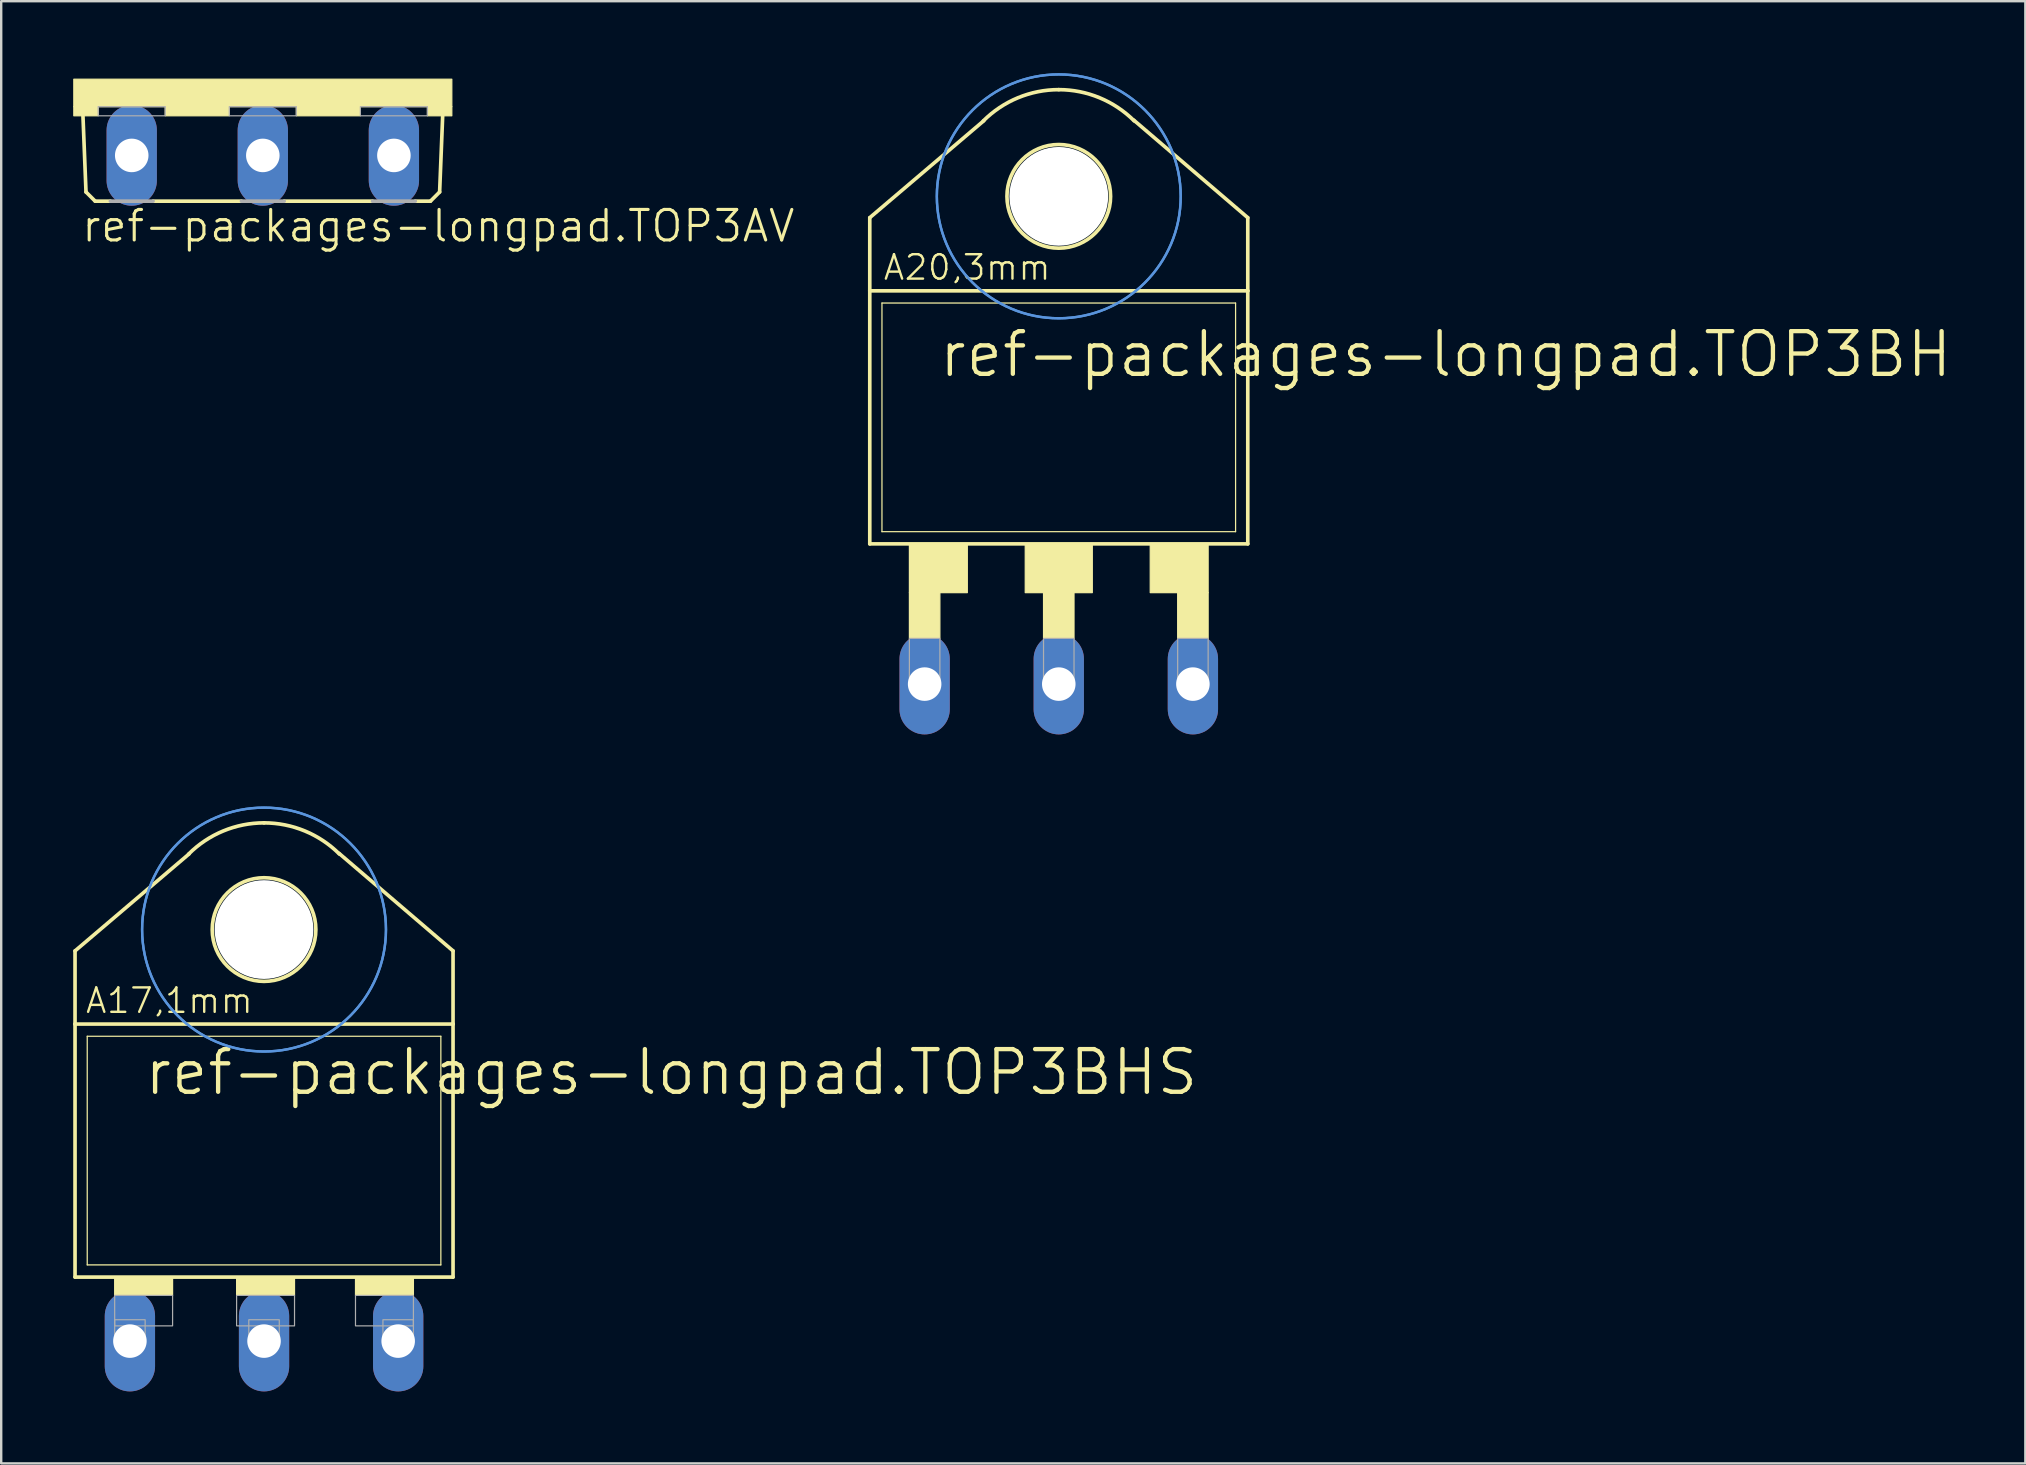
<source format=kicad_pcb>
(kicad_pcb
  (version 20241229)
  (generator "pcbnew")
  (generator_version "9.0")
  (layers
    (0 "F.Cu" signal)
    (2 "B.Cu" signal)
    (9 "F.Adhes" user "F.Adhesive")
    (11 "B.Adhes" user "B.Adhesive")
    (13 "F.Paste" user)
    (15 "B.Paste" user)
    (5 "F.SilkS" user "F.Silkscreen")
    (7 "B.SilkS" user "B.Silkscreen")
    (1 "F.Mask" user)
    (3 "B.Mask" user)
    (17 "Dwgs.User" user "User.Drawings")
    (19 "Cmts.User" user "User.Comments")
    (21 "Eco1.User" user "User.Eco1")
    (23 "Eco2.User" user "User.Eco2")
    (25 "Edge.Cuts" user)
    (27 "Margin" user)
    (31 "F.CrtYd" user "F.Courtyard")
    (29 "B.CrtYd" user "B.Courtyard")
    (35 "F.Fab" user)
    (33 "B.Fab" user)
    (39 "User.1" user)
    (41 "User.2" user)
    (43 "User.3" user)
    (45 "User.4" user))
  (footprint "ref-packages-longpad.TOP3AV"
    (layer "F.Cu")
    (at 7.899 0.25)
    (property "Reference" "ref-packages-longpad.TOP3AV" (at -7.62 6.858 0) (layer "F.SilkS") (effects (font (size 1.27 1.27) (thickness 0.13)) (justify left bottom)))
    (attr through_hole)
    (fp_line (start -7.366 4.699) (end -7.493 1.524) (stroke (width 0.152) (type default)) (layer "F.SilkS"))
    (fp_line (start -6.985 5.08) (end -7.366 4.699) (stroke (width 0.152) (type default)) (layer "F.SilkS"))
    (fp_line (start -6.35 5.08) (end -6.985 5.08) (stroke (width 0.152) (type default)) (layer "F.SilkS"))
    (fp_line (start -0.889 5.08) (end -4.572 5.08) (stroke (width 0.152) (type default)) (layer "F.SilkS"))
    (fp_line (start 4.572 5.08) (end 0.889 5.08) (stroke (width 0.152) (type default)) (layer "F.SilkS"))
    (fp_line (start 6.985 5.08) (end 6.35 5.08) (stroke (width 0.152) (type default)) (layer "F.SilkS"))
    (fp_line (start 6.985 5.08) (end 7.366 4.699) (stroke (width 0.152) (type default)) (layer "F.SilkS"))
    (fp_line (start 7.366 4.699) (end 7.493 1.524) (stroke (width 0.152) (type default)) (layer "F.SilkS"))
    (fp_rect (start -7.874 1.143) (end 7.874 0) (stroke (width 0.05) (type default)) (fill yes) (layer "F.SilkS"))
    (fp_rect (start -7.874 1.524) (end -6.858 1.143) (stroke (width 0.05) (type default)) (fill yes) (layer "F.SilkS"))
    (fp_rect (start -4.064 1.524) (end -1.397 1.143) (stroke (width 0.05) (type default)) (fill yes) (layer "F.SilkS"))
    (fp_rect (start 1.397 1.524) (end 4.064 1.143) (stroke (width 0.05) (type default)) (fill yes) (layer "F.SilkS"))
    (fp_rect (start 6.858 1.524) (end 7.874 1.143) (stroke (width 0.05) (type default)) (fill yes) (layer "F.SilkS"))
    (fp_line (start -4.572 5.08) (end -6.35 5.08) (stroke (width 0.152) (type default)) (layer "F.Fab"))
    (fp_line (start 0.889 5.08) (end -0.889 5.08) (stroke (width 0.152) (type default)) (layer "F.Fab"))
    (fp_line (start 6.35 5.08) (end 4.572 5.08) (stroke (width 0.152) (type default)) (layer "F.Fab"))
    (fp_rect (start -6.858 1.524) (end -4.064 1.143) (stroke (width 0.05) (type default)) (fill no) (layer "F.Fab"))
    (fp_rect (start -1.397 1.524) (end 1.397 1.143) (stroke (width 0.05) (type default)) (fill no) (layer "F.Fab"))
    (fp_rect (start 4.064 1.524) (end 6.858 1.143) (stroke (width 0.05) (type default)) (fill no) (layer "F.Fab"))
    (pad "B" thru_hole oval (at -5.461 3.175 90) (size 4.191 2.095) (drill 1.397) (layers "*.Cu" "*.Mask"))
    (pad "C" thru_hole oval (at 0 3.175 90) (size 4.191 2.095) (drill 1.397) (layers "*.Cu" "*.Mask"))
    (pad "E" thru_hole oval (at 5.461 3.175 90) (size 4.191 2.095) (drill 1.397) (layers "*.Cu" "*.Mask")))
  (footprint "ref-packages-longpad.TOP3BH"
    (layer "F.Cu")
    (at 41.059 17.83)
    (property "Reference" "ref-packages-longpad.TOP3BH" (at -5.08 -5.08 0) (layer "F.SilkS") (effects (font (size 1.778 1.778) (thickness 0.18)) (justify left bottom)))
    (attr through_hole)
    (fp_line (start -7.874 -11.811) (end -3.124 -15.85) (stroke (width 0.152) (type default)) (layer "F.SilkS"))
    (fp_line (start -7.874 -8.763) (end -7.874 -11.811) (stroke (width 0.152) (type default)) (layer "F.SilkS"))
    (fp_line (start -7.874 1.778) (end -7.874 -8.763) (stroke (width 0.152) (type default)) (layer "F.SilkS"))
    (fp_line (start -7.874 1.778) (end 7.874 1.778) (stroke (width 0.152) (type default)) (layer "F.SilkS"))
    (fp_line (start -7.366 1.27) (end -7.366 -8.255) (stroke (width 0.051) (type default)) (layer "F.SilkS"))
    (fp_line (start -7.366 1.27) (end 7.366 1.27) (stroke (width 0.051) (type default)) (layer "F.SilkS"))
    (fp_line (start 7.366 -8.255) (end -7.366 -8.255) (stroke (width 0.051) (type default)) (layer "F.SilkS"))
    (fp_line (start 7.366 -8.255) (end 7.366 1.27) (stroke (width 0.051) (type default)) (layer "F.SilkS"))
    (fp_line (start 7.874 -11.811) (end 3.124 -15.875) (stroke (width 0.152) (type default)) (layer "F.SilkS"))
    (fp_line (start 7.874 -8.763) (end -7.874 -8.763) (stroke (width 0.152) (type default)) (layer "F.SilkS"))
    (fp_line (start 7.874 -8.763) (end 7.874 -11.811) (stroke (width 0.152) (type default)) (layer "F.SilkS"))
    (fp_line (start 7.874 -8.763) (end 7.874 1.778) (stroke (width 0.152) (type default)) (layer "F.SilkS"))
    (fp_rect (start -6.223 3.81) (end -3.81 1.778) (stroke (width 0.05) (type default)) (fill yes) (layer "F.SilkS"))
    (fp_rect (start -6.223 5.715) (end -4.953 3.81) (stroke (width 0.05) (type default)) (fill yes) (layer "F.SilkS"))
    (fp_rect (start -1.397 3.81) (end 1.397 1.778) (stroke (width 0.05) (type default)) (fill yes) (layer "F.SilkS"))
    (fp_rect (start -0.635 5.715) (end 0.635 3.81) (stroke (width 0.05) (type default)) (fill yes) (layer "F.SilkS"))
    (fp_rect (start 3.81 3.81) (end 6.223 1.778) (stroke (width 0.05) (type default)) (fill yes) (layer "F.SilkS"))
    (fp_rect (start 4.953 5.715) (end 6.223 3.81) (stroke (width 0.05) (type default)) (fill yes) (layer "F.SilkS"))
    (fp_arc (start -3.1431 -15.8431) (mid -1.701032 -16.806651) (end 0 -17.145) (stroke (width 0.1524) (type default)) (layer "F.SilkS"))
    (fp_arc (start 0 -17.145) (mid 1.701032 -16.806651) (end 3.1431 -15.8431) (stroke (width 0.1524) (type default)) (layer "F.SilkS"))
    (fp_circle (center 0 -12.7) (end 2.159 -12.7) (stroke (width 0.152) (type default)) (fill no) (layer "F.SilkS"))
    (fp_circle (center 0 -12.7) (end 5.08 -12.7) (stroke (width 0.1) (type default)) (fill no) (layer "Cmts.User"))
    (fp_circle (center 0 -12.7) (end 5.08 -12.7) (stroke (width 0.1) (type default)) (fill no) (layer "Cmts.User"))
    (fp_rect (start -6.223 7.62) (end -4.953 5.715) (stroke (width 0.05) (type default)) (fill no) (layer "F.Fab"))
    (fp_rect (start -0.635 7.62) (end 0.635 5.715) (stroke (width 0.05) (type default)) (fill no) (layer "F.Fab"))
    (fp_rect (start 4.953 7.62) (end 6.223 5.715) (stroke (width 0.05) (type default)) (fill no) (layer "F.Fab"))
    (fp_text user "A20,3mm" (at -7.366 -9.144 0) (layer "F.SilkS") (effects (font (size 1.016 1.016) (thickness 0.1)) (justify left bottom)))
    (pad "" np_thru_hole circle (at 0 -12.7) (size 4.115 4.115) (drill 4.115) (layers "*.Cu" "*.Mask"))
    (pad "D" thru_hole oval (at 0 7.62 90) (size 4.191 2.095) (drill 1.397) (layers "*.Cu" "*.Mask"))
    (pad "G" thru_hole oval (at -5.588 7.62 90) (size 4.191 2.095) (drill 1.397) (layers "*.Cu" "*.Mask"))
    (pad "S" thru_hole oval (at 5.588 7.62 90) (size 4.191 2.095) (drill 1.397) (layers "*.Cu" "*.Mask")))
  (footprint "ref-packages-longpad.TOP3BHS"
    (layer "F.Cu")
    (at 7.95 48.376)
    (property "Reference" "ref-packages-longpad.TOP3BHS" (at -5.08 -5.715 0) (layer "F.SilkS") (effects (font (size 1.778 1.778) (thickness 0.18)) (justify left bottom)))
    (attr through_hole)
    (fp_line (start -7.874 -11.811) (end -3.124 -15.85) (stroke (width 0.152) (type default)) (layer "F.SilkS"))
    (fp_line (start -7.874 -8.763) (end -7.874 -11.811) (stroke (width 0.152) (type default)) (layer "F.SilkS"))
    (fp_line (start -7.874 1.778) (end -7.874 -8.763) (stroke (width 0.152) (type default)) (layer "F.SilkS"))
    (fp_line (start -7.874 1.778) (end 7.874 1.778) (stroke (width 0.152) (type default)) (layer "F.SilkS"))
    (fp_line (start -7.366 1.27) (end -7.366 -8.255) (stroke (width 0.051) (type default)) (layer "F.SilkS"))
    (fp_line (start -7.366 1.27) (end 7.366 1.27) (stroke (width 0.051) (type default)) (layer "F.SilkS"))
    (fp_line (start 7.366 -8.255) (end -7.366 -8.255) (stroke (width 0.051) (type default)) (layer "F.SilkS"))
    (fp_line (start 7.366 -8.255) (end 7.366 1.27) (stroke (width 0.051) (type default)) (layer "F.SilkS"))
    (fp_line (start 7.874 -11.811) (end 3.124 -15.875) (stroke (width 0.152) (type default)) (layer "F.SilkS"))
    (fp_line (start 7.874 -8.763) (end -7.874 -8.763) (stroke (width 0.152) (type default)) (layer "F.SilkS"))
    (fp_line (start 7.874 -8.763) (end 7.874 -11.811) (stroke (width 0.152) (type default)) (layer "F.SilkS"))
    (fp_line (start 7.874 -8.763) (end 7.874 1.778) (stroke (width 0.152) (type default)) (layer "F.SilkS"))
    (fp_rect (start -6.223 2.54) (end -3.81 1.778) (stroke (width 0.05) (type default)) (fill yes) (layer "F.SilkS"))
    (fp_rect (start -1.143 2.54) (end 1.27 1.778) (stroke (width 0.05) (type default)) (fill yes) (layer "F.SilkS"))
    (fp_rect (start 3.81 2.54) (end 6.223 1.778) (stroke (width 0.05) (type default)) (fill yes) (layer "F.SilkS"))
    (fp_arc (start -3.1431 -15.8431) (mid -1.701032 -16.806651) (end 0 -17.145) (stroke (width 0.1524) (type default)) (layer "F.SilkS"))
    (fp_arc (start 0 -17.145) (mid 1.701032 -16.806651) (end 3.1431 -15.8431) (stroke (width 0.1524) (type default)) (layer "F.SilkS"))
    (fp_circle (center 0 -12.7) (end 2.159 -12.7) (stroke (width 0.152) (type default)) (fill no) (layer "F.SilkS"))
    (fp_circle (center 0 -12.7) (end 5.08 -12.7) (stroke (width 0.1) (type default)) (fill no) (layer "Cmts.User"))
    (fp_circle (center 0 -12.7) (end 5.08 -12.7) (stroke (width 0.1) (type default)) (fill no) (layer "Cmts.User"))
    (fp_rect (start -6.223 3.81) (end -3.81 2.54) (stroke (width 0.05) (type default)) (fill no) (layer "F.Fab"))
    (fp_rect (start -6.223 4.445) (end -4.953 3.556) (stroke (width 0.05) (type default)) (fill no) (layer "F.Fab"))
    (fp_rect (start -1.143 3.81) (end 1.27 2.54) (stroke (width 0.05) (type default)) (fill no) (layer "F.Fab"))
    (fp_rect (start -0.635 4.445) (end 0.635 3.556) (stroke (width 0.05) (type default)) (fill no) (layer "F.Fab"))
    (fp_rect (start 3.81 3.81) (end 6.223 2.54) (stroke (width 0.05) (type default)) (fill no) (layer "F.Fab"))
    (fp_rect (start 4.953 4.445) (end 6.223 3.556) (stroke (width 0.05) (type default)) (fill no) (layer "F.Fab"))
    (fp_text user "A17,1mm" (at -7.493 -9.144 0) (layer "F.SilkS") (effects (font (size 1.016 1.016) (thickness 0.1)) (justify left bottom)))
    (pad "" np_thru_hole circle (at 0 -12.7) (size 4.115 4.115) (drill 4.115) (layers "*.Cu" "*.Mask"))
    (pad "D" thru_hole oval (at 0 4.445 90) (size 4.191 2.095) (drill 1.397) (layers "*.Cu" "*.Mask"))
    (pad "G" thru_hole oval (at -5.588 4.445 90) (size 4.191 2.095) (drill 1.397) (layers "*.Cu" "*.Mask"))
    (pad "S" thru_hole oval (at 5.588 4.445 90) (size 4.191 2.095) (drill 1.397) (layers "*.Cu" "*.Mask")))
  (gr_rect
    (start -3 -3)
    (end 81.327 57.916)
    (stroke (width 0.1) (type default))
    (fill no)
    (layer "Edge.Cuts")))
</source>
